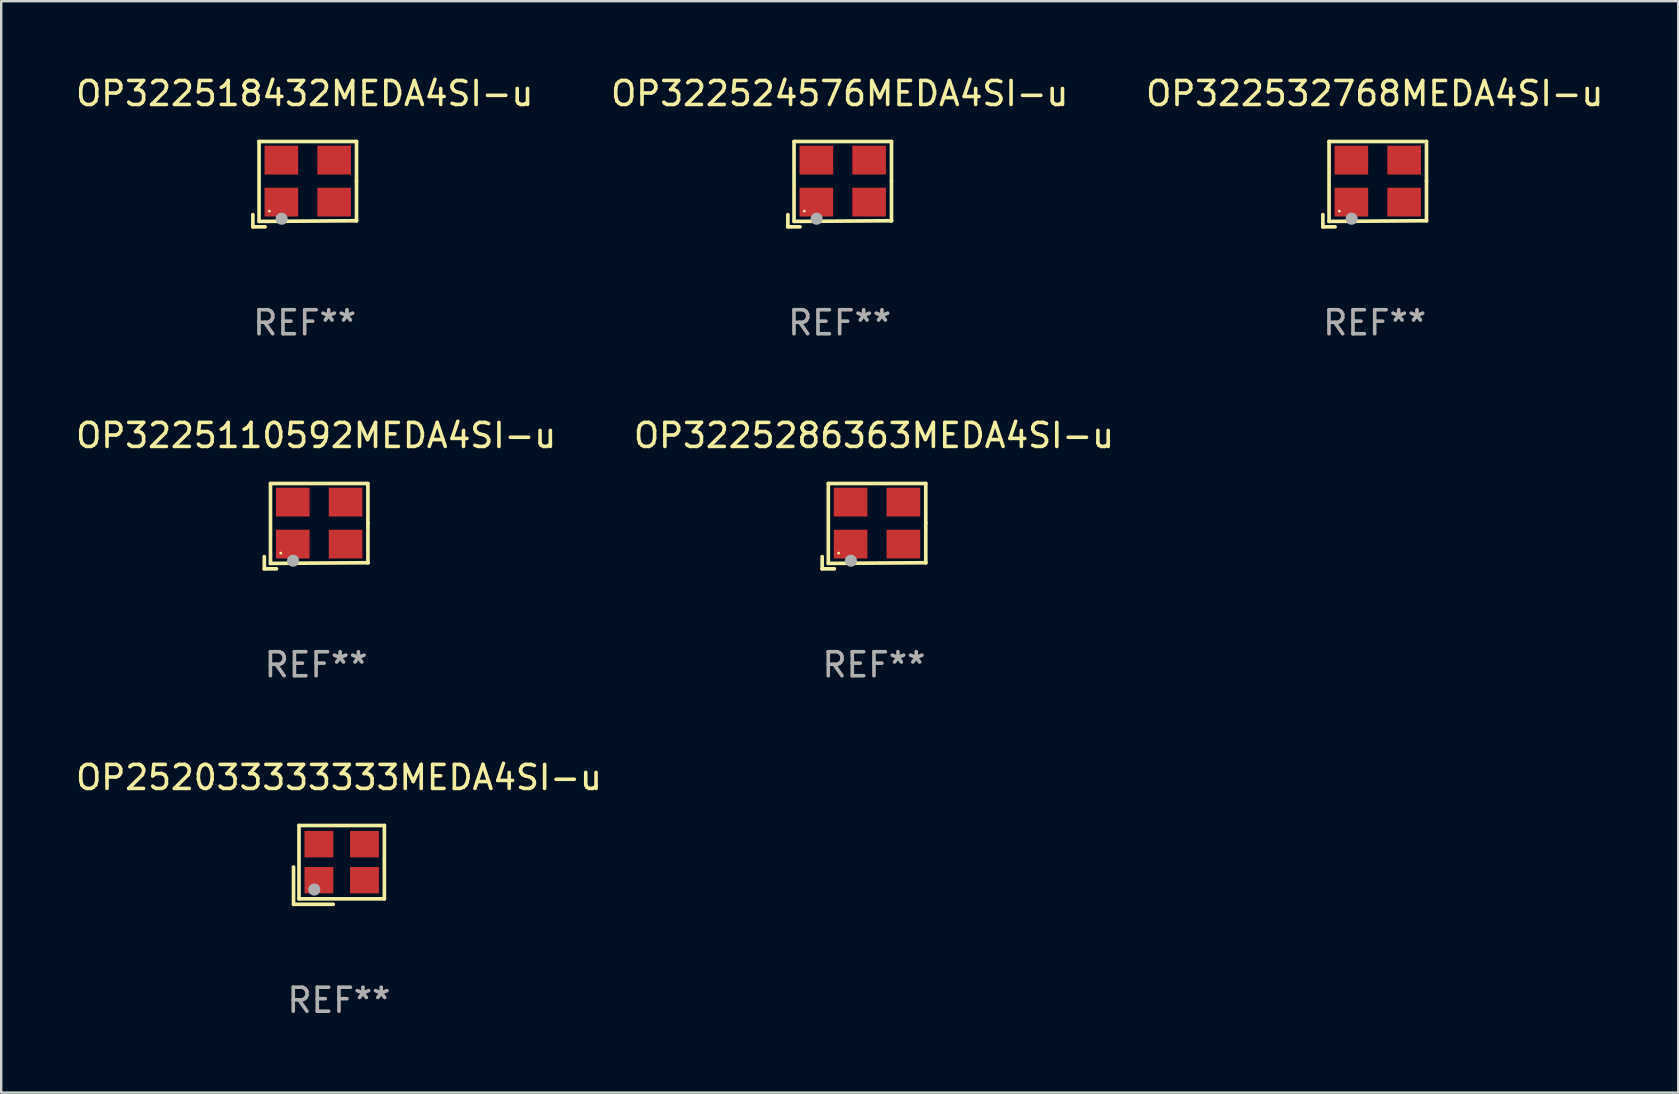
<source format=kicad_pcb>
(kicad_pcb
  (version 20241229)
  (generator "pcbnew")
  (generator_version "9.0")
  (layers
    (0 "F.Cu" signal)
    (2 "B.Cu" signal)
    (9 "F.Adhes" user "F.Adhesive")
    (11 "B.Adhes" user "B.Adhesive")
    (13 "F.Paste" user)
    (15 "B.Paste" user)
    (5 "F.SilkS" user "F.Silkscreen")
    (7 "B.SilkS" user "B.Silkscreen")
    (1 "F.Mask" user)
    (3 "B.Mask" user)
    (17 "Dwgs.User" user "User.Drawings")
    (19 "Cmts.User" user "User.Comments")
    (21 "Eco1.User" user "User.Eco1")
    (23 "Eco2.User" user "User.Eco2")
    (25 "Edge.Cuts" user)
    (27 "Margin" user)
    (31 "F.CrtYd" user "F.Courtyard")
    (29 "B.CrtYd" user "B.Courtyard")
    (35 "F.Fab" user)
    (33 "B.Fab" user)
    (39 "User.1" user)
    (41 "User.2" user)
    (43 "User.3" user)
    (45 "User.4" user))
  (footprint "OP322532768MEDA4SI-u"
    (layer "F.Cu")
    (at 54.244 4.626)
    (property "Reference" "OP322532768MEDA4SI-u" (at 0 -3.778 0) (layer "F.SilkS") (effects (font (size 1 1) (thickness 0.15))))
    (attr through_hole)
    (fp_line (start -2.159 1.27) (end -2.159 1.778) (stroke (width 0.152) (type solid)) (layer "F.SilkS"))
    (fp_line (start -2.159 1.778) (end -1.651 1.778) (stroke (width 0.152) (type solid)) (layer "F.SilkS"))
    (fp_line (start -1.902 -1.778) (end 2.159 -1.778) (stroke (width 0.152) (type solid)) (layer "F.SilkS"))
    (fp_line (start -1.902 1.552) (end -1.902 -1.778) (stroke (width 0.152) (type solid)) (layer "F.SilkS"))
    (fp_line (start 2.159 -1.778) (end 2.159 -0.127) (stroke (width 0.152) (type solid)) (layer "F.SilkS"))
    (fp_line (start 2.159 -0.127) (end 2.159 1.524) (stroke (width 0.152) (type solid)) (layer "F.SilkS"))
    (fp_line (start 2.159 1.524) (end -1.902 1.552) (stroke (width 0.152) (type solid)) (layer "F.SilkS"))
    (fp_line (start 2.159 1.524) (end 2.159 1.524) (stroke (width 0.152) (type solid)) (layer "F.SilkS"))
    (fp_circle (center -1.473 1.123) (end -1.443 1.123) (stroke (width 0.06) (type solid)) (fill no) (layer "F.SilkS"))
    (fp_circle (center -0.961 1.44) (end -0.834 1.44) (stroke (width 0.254) (type solid)) (fill no) (layer "F.Fab"))
    (fp_text user "REF**" (at 0 5.778 0) (layer "F.Fab") (effects (font (size 1 1) (thickness 0.15))))
    (pad "1" smd rect (at -0.973 0.748) (size 1.4 1.2) (layers "F.Cu" "F.Mask" "F.Paste"))
    (pad "2" smd rect (at 1.227 0.748) (size 1.4 1.2) (layers "F.Cu" "F.Mask" "F.Paste"))
    (pad "3" smd rect (at 1.227 -1.002) (size 1.4 1.2) (layers "F.Cu" "F.Mask" "F.Paste"))
    (pad "4" smd rect (at -0.973 -1.002) (size 1.4 1.2) (layers "F.Cu" "F.Mask" "F.Paste")))
  (footprint "OP3225286363MEDA4SI-u"
    (layer "F.Cu")
    (at 33.375 18.879)
    (property "Reference" "OP3225286363MEDA4SI-u" (at 0 -3.778 0) (layer "F.SilkS") (effects (font (size 1 1) (thickness 0.15))))
    (attr through_hole)
    (fp_line (start -2.159 1.27) (end -2.159 1.778) (stroke (width 0.152) (type solid)) (layer "F.SilkS"))
    (fp_line (start -2.159 1.778) (end -1.651 1.778) (stroke (width 0.152) (type solid)) (layer "F.SilkS"))
    (fp_line (start -1.902 -1.778) (end 2.159 -1.778) (stroke (width 0.152) (type solid)) (layer "F.SilkS"))
    (fp_line (start -1.902 1.552) (end -1.902 -1.778) (stroke (width 0.152) (type solid)) (layer "F.SilkS"))
    (fp_line (start 2.159 -1.778) (end 2.159 -0.127) (stroke (width 0.152) (type solid)) (layer "F.SilkS"))
    (fp_line (start 2.159 -0.127) (end 2.159 1.524) (stroke (width 0.152) (type solid)) (layer "F.SilkS"))
    (fp_line (start 2.159 1.524) (end -1.902 1.552) (stroke (width 0.152) (type solid)) (layer "F.SilkS"))
    (fp_line (start 2.159 1.524) (end 2.159 1.524) (stroke (width 0.152) (type solid)) (layer "F.SilkS"))
    (fp_circle (center -1.473 1.123) (end -1.443 1.123) (stroke (width 0.06) (type solid)) (fill no) (layer "F.SilkS"))
    (fp_circle (center -0.961 1.44) (end -0.834 1.44) (stroke (width 0.254) (type solid)) (fill no) (layer "F.Fab"))
    (fp_text user "REF**" (at 0 5.778 0) (layer "F.Fab") (effects (font (size 1 1) (thickness 0.15))))
    (pad "1" smd rect (at -0.973 0.748) (size 1.4 1.2) (layers "F.Cu" "F.Mask" "F.Paste"))
    (pad "2" smd rect (at 1.227 0.748) (size 1.4 1.2) (layers "F.Cu" "F.Mask" "F.Paste"))
    (pad "3" smd rect (at 1.227 -1.002) (size 1.4 1.2) (layers "F.Cu" "F.Mask" "F.Paste"))
    (pad "4" smd rect (at -0.973 -1.002) (size 1.4 1.2) (layers "F.Cu" "F.Mask" "F.Paste")))
  (footprint "OP322524576MEDA4SI-u"
    (layer "F.Cu")
    (at 31.946 4.626)
    (property "Reference" "OP322524576MEDA4SI-u" (at 0 -3.778 0) (layer "F.SilkS") (effects (font (size 1 1) (thickness 0.15))))
    (attr through_hole)
    (fp_line (start -2.159 1.27) (end -2.159 1.778) (stroke (width 0.152) (type solid)) (layer "F.SilkS"))
    (fp_line (start -2.159 1.778) (end -1.651 1.778) (stroke (width 0.152) (type solid)) (layer "F.SilkS"))
    (fp_line (start -1.902 -1.778) (end 2.159 -1.778) (stroke (width 0.152) (type solid)) (layer "F.SilkS"))
    (fp_line (start -1.902 1.552) (end -1.902 -1.778) (stroke (width 0.152) (type solid)) (layer "F.SilkS"))
    (fp_line (start 2.159 -1.778) (end 2.159 -0.127) (stroke (width 0.152) (type solid)) (layer "F.SilkS"))
    (fp_line (start 2.159 -0.127) (end 2.159 1.524) (stroke (width 0.152) (type solid)) (layer "F.SilkS"))
    (fp_line (start 2.159 1.524) (end -1.902 1.552) (stroke (width 0.152) (type solid)) (layer "F.SilkS"))
    (fp_line (start 2.159 1.524) (end 2.159 1.524) (stroke (width 0.152) (type solid)) (layer "F.SilkS"))
    (fp_circle (center -1.473 1.123) (end -1.443 1.123) (stroke (width 0.06) (type solid)) (fill no) (layer "F.SilkS"))
    (fp_circle (center -0.961 1.44) (end -0.834 1.44) (stroke (width 0.254) (type solid)) (fill no) (layer "F.Fab"))
    (fp_text user "REF**" (at 0 5.778 0) (layer "F.Fab") (effects (font (size 1 1) (thickness 0.15))))
    (pad "1" smd rect (at -0.973 0.748) (size 1.4 1.2) (layers "F.Cu" "F.Mask" "F.Paste"))
    (pad "2" smd rect (at 1.227 0.748) (size 1.4 1.2) (layers "F.Cu" "F.Mask" "F.Paste"))
    (pad "3" smd rect (at 1.227 -1.002) (size 1.4 1.2) (layers "F.Cu" "F.Mask" "F.Paste"))
    (pad "4" smd rect (at -0.973 -1.002) (size 1.4 1.2) (layers "F.Cu" "F.Mask" "F.Paste")))
  (footprint "OP322518432MEDA4SI-u"
    (layer "F.Cu")
    (at 9.649 4.626)
    (property "Reference" "OP322518432MEDA4SI-u" (at 0 -3.778 0) (layer "F.SilkS") (effects (font (size 1 1) (thickness 0.15))))
    (attr through_hole)
    (fp_line (start -2.159 1.27) (end -2.159 1.778) (stroke (width 0.152) (type solid)) (layer "F.SilkS"))
    (fp_line (start -2.159 1.778) (end -1.651 1.778) (stroke (width 0.152) (type solid)) (layer "F.SilkS"))
    (fp_line (start -1.902 -1.778) (end 2.159 -1.778) (stroke (width 0.152) (type solid)) (layer "F.SilkS"))
    (fp_line (start -1.902 1.552) (end -1.902 -1.778) (stroke (width 0.152) (type solid)) (layer "F.SilkS"))
    (fp_line (start 2.159 -1.778) (end 2.159 -0.127) (stroke (width 0.152) (type solid)) (layer "F.SilkS"))
    (fp_line (start 2.159 -0.127) (end 2.159 1.524) (stroke (width 0.152) (type solid)) (layer "F.SilkS"))
    (fp_line (start 2.159 1.524) (end -1.902 1.552) (stroke (width 0.152) (type solid)) (layer "F.SilkS"))
    (fp_line (start 2.159 1.524) (end 2.159 1.524) (stroke (width 0.152) (type solid)) (layer "F.SilkS"))
    (fp_circle (center -1.473 1.123) (end -1.443 1.123) (stroke (width 0.06) (type solid)) (fill no) (layer "F.SilkS"))
    (fp_circle (center -0.961 1.44) (end -0.834 1.44) (stroke (width 0.254) (type solid)) (fill no) (layer "F.Fab"))
    (fp_text user "REF**" (at 0 5.778 0) (layer "F.Fab") (effects (font (size 1 1) (thickness 0.15))))
    (pad "1" smd rect (at -0.973 0.748) (size 1.4 1.2) (layers "F.Cu" "F.Mask" "F.Paste"))
    (pad "2" smd rect (at 1.227 0.748) (size 1.4 1.2) (layers "F.Cu" "F.Mask" "F.Paste"))
    (pad "3" smd rect (at 1.227 -1.002) (size 1.4 1.2) (layers "F.Cu" "F.Mask" "F.Paste"))
    (pad "4" smd rect (at -0.973 -1.002) (size 1.4 1.2) (layers "F.Cu" "F.Mask" "F.Paste")))
  (footprint "OP252033333333MEDA4SI-u"
    (layer "F.Cu")
    (at 11.077 32.997)
    (property "Reference" "OP252033333333MEDA4SI-u" (at 0 -3.643 0) (layer "F.SilkS") (effects (font (size 1 1) (thickness 0.15))))
    (attr through_hole)
    (fp_line (start -1.893 0.086) (end -1.893 1.643) (stroke (width 0.152) (type solid)) (layer "F.SilkS"))
    (fp_line (start -1.893 1.643) (end -0.237 1.643) (stroke (width 0.152) (type solid)) (layer "F.SilkS"))
    (fp_line (start -1.665 -1.643) (end 1.893 -1.643) (stroke (width 0.152) (type solid)) (layer "F.SilkS"))
    (fp_line (start -1.665 1.414) (end -1.665 -1.643) (stroke (width 0.152) (type solid)) (layer "F.SilkS"))
    (fp_line (start 1.893 -1.643) (end 1.893 1.414) (stroke (width 0.152) (type solid)) (layer "F.SilkS"))
    (fp_line (start 1.893 1.414) (end -1.665 1.414) (stroke (width 0.152) (type solid)) (layer "F.SilkS"))
    (fp_circle (center -1.136 0.885) (end -1.106 0.885) (stroke (width 0.06) (type solid)) (fill no) (layer "F.SilkS"))
    (fp_circle (center -1.029 1.028) (end -0.902 1.028) (stroke (width 0.254) (type solid)) (fill no) (layer "F.Fab"))
    (fp_text user "REF**" (at 0 5.643 0) (layer "F.Fab") (effects (font (size 1 1) (thickness 0.15))))
    (pad "1" smd rect (at -0.836 0.636) (size 1.2 1.1) (layers "F.Cu" "F.Mask" "F.Paste"))
    (pad "2" smd rect (at 1.064 0.636) (size 1.2 1.1) (layers "F.Cu" "F.Mask" "F.Paste"))
    (pad "3" smd rect (at 1.064 -0.865) (size 1.2 1.1) (layers "F.Cu" "F.Mask" "F.Paste"))
    (pad "4" smd rect (at -0.836 -0.865) (size 1.2 1.1) (layers "F.Cu" "F.Mask" "F.Paste")))
  (footprint "OP3225110592MEDA4SI-u"
    (layer "F.Cu")
    (at 10.125 18.879)
    (property "Reference" "OP3225110592MEDA4SI-u" (at 0 -3.778 0) (layer "F.SilkS") (effects (font (size 1 1) (thickness 0.15))))
    (attr through_hole)
    (fp_line (start -2.159 1.27) (end -2.159 1.778) (stroke (width 0.152) (type solid)) (layer "F.SilkS"))
    (fp_line (start -2.159 1.778) (end -1.651 1.778) (stroke (width 0.152) (type solid)) (layer "F.SilkS"))
    (fp_line (start -1.902 -1.778) (end 2.159 -1.778) (stroke (width 0.152) (type solid)) (layer "F.SilkS"))
    (fp_line (start -1.902 1.552) (end -1.902 -1.778) (stroke (width 0.152) (type solid)) (layer "F.SilkS"))
    (fp_line (start 2.159 -1.778) (end 2.159 -0.127) (stroke (width 0.152) (type solid)) (layer "F.SilkS"))
    (fp_line (start 2.159 -0.127) (end 2.159 1.524) (stroke (width 0.152) (type solid)) (layer "F.SilkS"))
    (fp_line (start 2.159 1.524) (end -1.902 1.552) (stroke (width 0.152) (type solid)) (layer "F.SilkS"))
    (fp_line (start 2.159 1.524) (end 2.159 1.524) (stroke (width 0.152) (type solid)) (layer "F.SilkS"))
    (fp_circle (center -1.473 1.123) (end -1.443 1.123) (stroke (width 0.06) (type solid)) (fill no) (layer "F.SilkS"))
    (fp_circle (center -0.961 1.44) (end -0.834 1.44) (stroke (width 0.254) (type solid)) (fill no) (layer "F.Fab"))
    (fp_text user "REF**" (at 0 5.778 0) (layer "F.Fab") (effects (font (size 1 1) (thickness 0.15))))
    (pad "1" smd rect (at -0.973 0.748) (size 1.4 1.2) (layers "F.Cu" "F.Mask" "F.Paste"))
    (pad "2" smd rect (at 1.227 0.748) (size 1.4 1.2) (layers "F.Cu" "F.Mask" "F.Paste"))
    (pad "3" smd rect (at 1.227 -1.002) (size 1.4 1.2) (layers "F.Cu" "F.Mask" "F.Paste"))
    (pad "4" smd rect (at -0.973 -1.002) (size 1.4 1.2) (layers "F.Cu" "F.Mask" "F.Paste")))
  (gr_rect
    (start -3 -3)
    (end 66.893 42.488)
    (stroke (width 0.1) (type default))
    (fill no)
    (layer "Edge.Cuts")))
</source>
